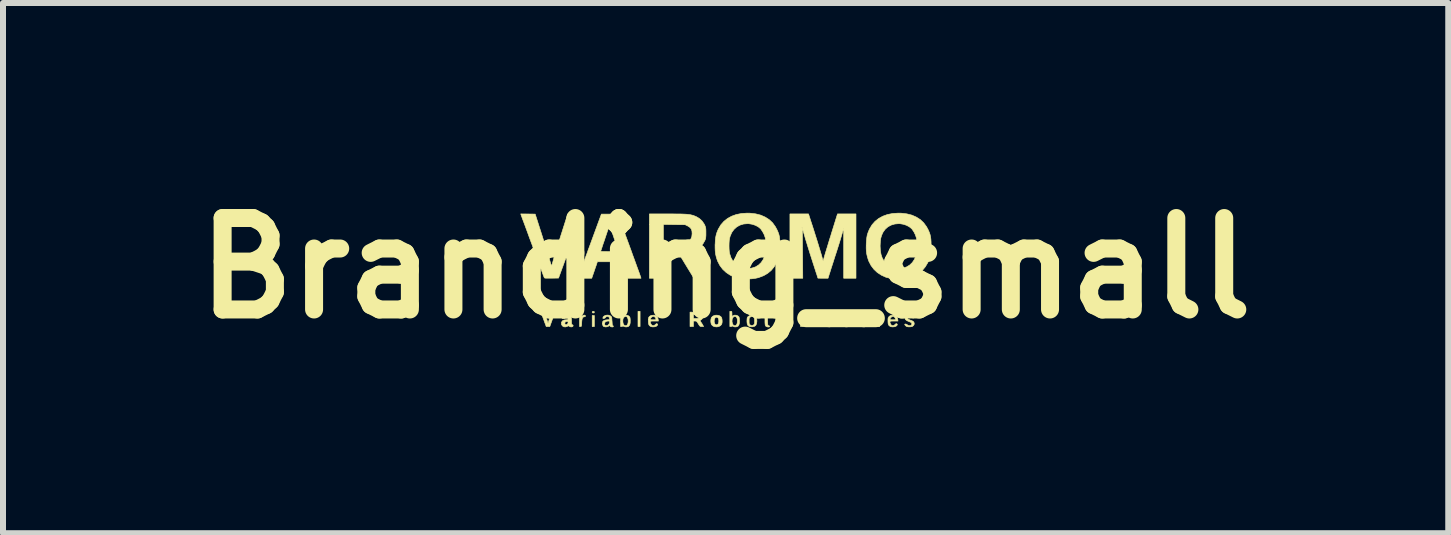
<source format=kicad_pcb>
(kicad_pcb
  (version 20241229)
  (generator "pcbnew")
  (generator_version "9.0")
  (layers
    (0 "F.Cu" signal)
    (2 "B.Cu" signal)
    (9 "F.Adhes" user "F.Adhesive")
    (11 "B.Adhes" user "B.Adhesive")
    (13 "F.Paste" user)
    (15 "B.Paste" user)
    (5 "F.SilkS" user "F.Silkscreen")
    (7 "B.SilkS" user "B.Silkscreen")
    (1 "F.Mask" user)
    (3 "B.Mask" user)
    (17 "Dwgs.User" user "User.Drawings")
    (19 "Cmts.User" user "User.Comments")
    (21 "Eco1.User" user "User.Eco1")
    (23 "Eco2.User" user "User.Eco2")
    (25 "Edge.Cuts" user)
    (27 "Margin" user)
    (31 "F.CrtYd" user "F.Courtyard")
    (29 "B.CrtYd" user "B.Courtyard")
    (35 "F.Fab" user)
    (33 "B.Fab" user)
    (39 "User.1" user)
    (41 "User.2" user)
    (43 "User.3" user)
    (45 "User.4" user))
  (footprint "Branding_small"
    (layer "F.Cu")
    (at 9.042 1.418)
    (property "Reference" "Branding_small" (at 0 0 0) (layer "F.SilkS") (effects (font (size 1.524 1.524) (thickness 0.3))))
    (attr through_hole)
    (fp_poly (pts (xy -2.187 0.974) (xy -2.223 0.974) (xy -2.223 0.79) (xy -2.187 0.79) (xy -2.187 0.974)) (stroke (width 0.01) (type solid)) (fill yes) (layer "F.SilkS"))
    (fp_poly (pts (xy -1.425 0.974) (xy -1.46 0.974) (xy -1.46 0.72) (xy -1.425 0.72) (xy -1.425 0.974)) (stroke (width 0.01) (type solid)) (fill yes) (layer "F.SilkS"))
    (fp_poly (pts (xy 2.568 0.974) (xy 2.533 0.974) (xy 2.533 0.72) (xy 2.568 0.72) (xy 2.568 0.974)) (stroke (width 0.01) (type solid)) (fill yes) (layer "F.SilkS"))
    (fp_poly (pts (xy -2.191 0.723) (xy -2.187 0.734) (xy -2.191 0.745) (xy -2.205 0.748) (xy -2.219 0.745) (xy -2.223 0.734) (xy -2.218 0.723) (xy -2.205 0.72) (xy -2.191 0.723)) (stroke (width 0.01) (type solid)) (fill yes) (layer "F.SilkS"))
    (fp_poly (pts (xy -2.34 0.788) (xy -2.335 0.797) (xy -2.34 0.809) (xy -2.352 0.811) (xy -2.37 0.815) (xy -2.382 0.826) (xy -2.391 0.847) (xy -2.396 0.879) (xy -2.398 0.907) (xy -2.399 0.938) (xy -2.401 0.957) (xy -2.404 0.968) (xy -2.409 0.973) (xy -2.416 0.974) (xy -2.417 0.974) (xy -2.434 0.974) (xy -2.434 0.79) (xy -2.417 0.79) (xy -2.403 0.793) (xy -2.399 0.798) (xy -2.395 0.801) (xy -2.386 0.795) (xy -2.37 0.785) (xy -2.353 0.783) (xy -2.34 0.788)) (stroke (width 0.01) (type solid)) (fill yes) (layer "F.SilkS"))
    (fp_poly (pts (xy -2.846 0.737) (xy -2.846 0.743) (xy -2.847 0.746) (xy -2.851 0.756) (xy -2.859 0.778) (xy -2.869 0.808) (xy -2.882 0.843) (xy -2.891 0.866) (xy -2.93 0.974) (xy -2.989 0.974) (xy -3.031 0.86) (xy -3.045 0.822) (xy -3.057 0.789) (xy -3.067 0.762) (xy -3.073 0.745) (xy -3.075 0.739) (xy -3.071 0.736) (xy -3.056 0.735) (xy -3.047 0.735) (xy -3.017 0.737) (xy -2.988 0.828) (xy -2.959 0.918) (xy -2.931 0.828) (xy -2.903 0.737) (xy -2.872 0.735) (xy -2.853 0.734) (xy -2.846 0.737)) (stroke (width 0.01) (type solid)) (fill yes) (layer "F.SilkS"))
    (fp_poly (pts (xy 1.496 0.974) (xy 1.446 0.974) (xy 1.446 0.894) (xy 1.445 0.815) (xy 1.419 0.894) (xy 1.409 0.928) (xy 1.401 0.95) (xy 1.394 0.964) (xy 1.388 0.971) (xy 1.381 0.973) (xy 1.372 0.974) (xy 1.363 0.973) (xy 1.356 0.97) (xy 1.35 0.963) (xy 1.344 0.949) (xy 1.336 0.926) (xy 1.325 0.891) (xy 1.325 0.891) (xy 1.299 0.808) (xy 1.298 0.974) (xy 1.249 0.974) (xy 1.249 0.734) (xy 1.286 0.734) (xy 1.323 0.734) (xy 1.348 0.816) (xy 1.372 0.898) (xy 1.397 0.817) (xy 1.422 0.737) (xy 1.459 0.735) (xy 1.496 0.733) (xy 1.496 0.974)) (stroke (width 0.01) (type solid)) (fill yes) (layer "F.SilkS"))
    (fp_poly (pts (xy 2.272 0.864) (xy 2.272 0.9) (xy 2.274 0.924) (xy 2.277 0.939) (xy 2.283 0.948) (xy 2.283 0.948) (xy 2.301 0.959) (xy 2.323 0.955) (xy 2.336 0.946) (xy 2.344 0.939) (xy 2.349 0.929) (xy 2.352 0.915) (xy 2.354 0.892) (xy 2.355 0.861) (xy 2.357 0.829) (xy 2.358 0.809) (xy 2.361 0.797) (xy 2.365 0.792) (xy 2.371 0.79) (xy 2.375 0.79) (xy 2.392 0.79) (xy 2.392 0.974) (xy 2.374 0.974) (xy 2.361 0.971) (xy 2.357 0.966) (xy 2.352 0.964) (xy 2.341 0.97) (xy 2.316 0.98) (xy 2.288 0.98) (xy 2.263 0.97) (xy 2.254 0.963) (xy 2.246 0.955) (xy 2.241 0.946) (xy 2.238 0.932) (xy 2.237 0.912) (xy 2.237 0.882) (xy 2.237 0.868) (xy 2.237 0.79) (xy 2.272 0.79) (xy 2.272 0.864)) (stroke (width 0.01) (type solid)) (fill yes) (layer "F.SilkS"))
    (fp_poly (pts (xy -0.129 0.786) (xy -0.099 0.795) (xy -0.076 0.812) (xy -0.067 0.825) (xy -0.06 0.85) (xy -0.057 0.882) (xy -0.059 0.914) (xy -0.067 0.938) (xy -0.085 0.959) (xy -0.112 0.973) (xy -0.145 0.98) (xy -0.179 0.977) (xy -0.203 0.969) (xy -0.222 0.956) (xy -0.236 0.939) (xy -0.237 0.938) (xy -0.244 0.913) (xy -0.247 0.882) (xy -0.191 0.882) (xy -0.187 0.912) (xy -0.176 0.934) (xy -0.159 0.945) (xy -0.152 0.945) (xy -0.135 0.94) (xy -0.124 0.93) (xy -0.116 0.91) (xy -0.113 0.885) (xy -0.115 0.858) (xy -0.121 0.837) (xy -0.125 0.831) (xy -0.142 0.819) (xy -0.16 0.819) (xy -0.175 0.83) (xy -0.186 0.851) (xy -0.19 0.879) (xy -0.191 0.882) (xy -0.247 0.882) (xy -0.247 0.882) (xy -0.244 0.851) (xy -0.237 0.826) (xy -0.218 0.804) (xy -0.192 0.791) (xy -0.161 0.784) (xy -0.129 0.786)) (stroke (width 0.01) (type solid)) (fill yes) (layer "F.SilkS"))
    (fp_poly (pts (xy 0.695 0.751) (xy 0.698 0.763) (xy 0.699 0.769) (xy 0.7 0.784) (xy 0.708 0.79) (xy 0.716 0.79) (xy 0.73 0.794) (xy 0.734 0.801) (xy 0.728 0.809) (xy 0.716 0.811) (xy 0.698 0.811) (xy 0.7 0.884) (xy 0.701 0.916) (xy 0.703 0.937) (xy 0.705 0.95) (xy 0.709 0.956) (xy 0.716 0.958) (xy 0.718 0.958) (xy 0.73 0.964) (xy 0.734 0.971) (xy 0.728 0.979) (xy 0.714 0.982) (xy 0.696 0.98) (xy 0.679 0.974) (xy 0.667 0.965) (xy 0.661 0.952) (xy 0.658 0.932) (xy 0.656 0.901) (xy 0.656 0.88) (xy 0.656 0.848) (xy 0.654 0.827) (xy 0.652 0.816) (xy 0.647 0.812) (xy 0.646 0.811) (xy 0.636 0.806) (xy 0.635 0.801) (xy 0.641 0.792) (xy 0.648 0.79) (xy 0.66 0.784) (xy 0.666 0.769) (xy 0.672 0.753) (xy 0.684 0.748) (xy 0.684 0.748) (xy 0.695 0.751)) (stroke (width 0.01) (type solid)) (fill yes) (layer "F.SilkS"))
    (fp_poly (pts (xy 1.748 0.786) (xy 1.777 0.795) (xy 1.801 0.812) (xy 1.809 0.825) (xy 1.817 0.85) (xy 1.82 0.882) (xy 1.817 0.914) (xy 1.81 0.938) (xy 1.792 0.959) (xy 1.764 0.973) (xy 1.732 0.98) (xy 1.698 0.977) (xy 1.674 0.969) (xy 1.655 0.956) (xy 1.641 0.939) (xy 1.64 0.938) (xy 1.633 0.913) (xy 1.63 0.882) (xy 1.686 0.882) (xy 1.69 0.912) (xy 1.701 0.934) (xy 1.718 0.945) (xy 1.725 0.945) (xy 1.742 0.94) (xy 1.753 0.93) (xy 1.761 0.91) (xy 1.764 0.885) (xy 1.762 0.858) (xy 1.756 0.837) (xy 1.752 0.831) (xy 1.734 0.819) (xy 1.717 0.819) (xy 1.702 0.83) (xy 1.691 0.851) (xy 1.686 0.879) (xy 1.686 0.882) (xy 1.63 0.882) (xy 1.63 0.882) (xy 1.633 0.851) (xy 1.64 0.826) (xy 1.659 0.804) (xy 1.685 0.791) (xy 1.716 0.784) (xy 1.748 0.786)) (stroke (width 0.01) (type solid)) (fill yes) (layer "F.SilkS"))
    (fp_poly (pts (xy -1.722 0.721) (xy -1.717 0.725) (xy -1.715 0.738) (xy -1.715 0.76) (xy -1.714 0.762) (xy -1.714 0.805) (xy -1.699 0.794) (xy -1.674 0.784) (xy -1.645 0.785) (xy -1.618 0.795) (xy -1.611 0.8) (xy -1.601 0.81) (xy -1.594 0.822) (xy -1.591 0.839) (xy -1.589 0.865) (xy -1.589 0.87) (xy -1.59 0.914) (xy -1.598 0.946) (xy -1.614 0.968) (xy -1.622 0.973) (xy -1.646 0.98) (xy -1.673 0.979) (xy -1.696 0.971) (xy -1.699 0.97) (xy -1.71 0.964) (xy -1.714 0.966) (xy -1.721 0.972) (xy -1.732 0.974) (xy -1.75 0.974) (xy -1.75 0.891) (xy -1.713 0.891) (xy -1.708 0.921) (xy -1.697 0.944) (xy -1.681 0.957) (xy -1.662 0.96) (xy -1.646 0.954) (xy -1.634 0.939) (xy -1.626 0.915) (xy -1.623 0.885) (xy -1.625 0.854) (xy -1.631 0.834) (xy -1.643 0.814) (xy -1.659 0.805) (xy -1.677 0.807) (xy -1.694 0.819) (xy -1.707 0.839) (xy -1.711 0.856) (xy -1.713 0.891) (xy -1.75 0.891) (xy -1.75 0.72) (xy -1.732 0.72) (xy -1.722 0.721)) (stroke (width 0.01) (type solid)) (fill yes) (layer "F.SilkS"))
    (fp_poly (pts (xy -0.505 0.735) (xy -0.468 0.736) (xy -0.442 0.737) (xy -0.425 0.74) (xy -0.414 0.744) (xy -0.405 0.749) (xy -0.397 0.757) (xy -0.382 0.78) (xy -0.378 0.807) (xy -0.384 0.834) (xy -0.399 0.855) (xy -0.418 0.867) (xy -0.424 0.871) (xy -0.424 0.878) (xy -0.417 0.891) (xy -0.409 0.903) (xy -0.394 0.925) (xy -0.382 0.946) (xy -0.377 0.954) (xy -0.367 0.974) (xy -0.397 0.974) (xy -0.413 0.973) (xy -0.424 0.97) (xy -0.433 0.961) (xy -0.445 0.945) (xy -0.455 0.928) (xy -0.47 0.904) (xy -0.481 0.891) (xy -0.491 0.884) (xy -0.503 0.882) (xy -0.51 0.882) (xy -0.536 0.882) (xy -0.536 0.974) (xy -0.593 0.974) (xy -0.593 0.776) (xy -0.536 0.776) (xy -0.536 0.84) (xy -0.494 0.84) (xy -0.469 0.839) (xy -0.454 0.835) (xy -0.445 0.828) (xy -0.441 0.824) (xy -0.432 0.809) (xy -0.432 0.798) (xy -0.441 0.787) (xy -0.457 0.78) (xy -0.484 0.776) (xy -0.494 0.776) (xy -0.536 0.776) (xy -0.593 0.776) (xy -0.593 0.733) (xy -0.505 0.735)) (stroke (width 0.01) (type solid)) (fill yes) (layer "F.SilkS"))
    (fp_poly (pts (xy 0.098 0.721) (xy 0.103 0.725) (xy 0.105 0.738) (xy 0.106 0.76) (xy 0.106 0.762) (xy 0.106 0.805) (xy 0.122 0.794) (xy 0.147 0.784) (xy 0.176 0.785) (xy 0.202 0.795) (xy 0.209 0.8) (xy 0.22 0.81) (xy 0.226 0.822) (xy 0.229 0.839) (xy 0.231 0.865) (xy 0.232 0.87) (xy 0.231 0.914) (xy 0.222 0.946) (xy 0.207 0.968) (xy 0.198 0.973) (xy 0.174 0.98) (xy 0.147 0.979) (xy 0.124 0.971) (xy 0.122 0.97) (xy 0.11 0.964) (xy 0.106 0.966) (xy 0.1 0.972) (xy 0.088 0.974) (xy 0.071 0.974) (xy 0.071 0.891) (xy 0.107 0.891) (xy 0.113 0.921) (xy 0.124 0.944) (xy 0.139 0.957) (xy 0.158 0.96) (xy 0.174 0.954) (xy 0.186 0.939) (xy 0.194 0.915) (xy 0.197 0.885) (xy 0.195 0.854) (xy 0.19 0.834) (xy 0.178 0.814) (xy 0.161 0.805) (xy 0.143 0.807) (xy 0.126 0.819) (xy 0.114 0.839) (xy 0.109 0.856) (xy 0.107 0.891) (xy 0.071 0.891) (xy 0.071 0.72) (xy 0.088 0.72) (xy 0.098 0.721)) (stroke (width 0.01) (type solid)) (fill yes) (layer "F.SilkS"))
    (fp_poly (pts (xy 0.462 0.785) (xy 0.485 0.793) (xy 0.505 0.809) (xy 0.517 0.833) (xy 0.521 0.868) (xy 0.521 0.893) (xy 0.515 0.929) (xy 0.503 0.955) (xy 0.482 0.97) (xy 0.452 0.978) (xy 0.447 0.978) (xy 0.424 0.978) (xy 0.404 0.976) (xy 0.399 0.974) (xy 0.378 0.962) (xy 0.366 0.946) (xy 0.359 0.921) (xy 0.356 0.886) (xy 0.356 0.882) (xy 0.392 0.882) (xy 0.392 0.909) (xy 0.394 0.926) (xy 0.4 0.937) (xy 0.408 0.946) (xy 0.43 0.958) (xy 0.45 0.956) (xy 0.467 0.946) (xy 0.476 0.937) (xy 0.481 0.926) (xy 0.483 0.908) (xy 0.483 0.883) (xy 0.482 0.854) (xy 0.479 0.835) (xy 0.472 0.822) (xy 0.47 0.819) (xy 0.45 0.806) (xy 0.428 0.807) (xy 0.408 0.818) (xy 0.399 0.827) (xy 0.394 0.838) (xy 0.392 0.855) (xy 0.392 0.882) (xy 0.356 0.882) (xy 0.356 0.881) (xy 0.357 0.853) (xy 0.359 0.834) (xy 0.363 0.821) (xy 0.371 0.811) (xy 0.375 0.807) (xy 0.399 0.792) (xy 0.43 0.784) (xy 0.462 0.785)) (stroke (width 0.01) (type solid)) (fill yes) (layer "F.SilkS"))
    (fp_poly (pts (xy 2.103 0.974) (xy 2.085 0.974) (xy 2.072 0.971) (xy 2.067 0.966) (xy 2.063 0.964) (xy 2.052 0.97) (xy 2.026 0.98) (xy 1.997 0.979) (xy 1.971 0.969) (xy 1.964 0.964) (xy 1.953 0.954) (xy 1.947 0.942) (xy 1.944 0.925) (xy 1.942 0.898) (xy 1.941 0.894) (xy 1.942 0.882) (xy 1.976 0.882) (xy 1.979 0.917) (xy 1.989 0.942) (xy 2.005 0.956) (xy 2.025 0.958) (xy 2.039 0.953) (xy 2.052 0.938) (xy 2.061 0.915) (xy 2.065 0.886) (xy 2.064 0.857) (xy 2.057 0.831) (xy 2.049 0.817) (xy 2.03 0.806) (xy 2.009 0.806) (xy 1.999 0.81) (xy 1.988 0.823) (xy 1.98 0.846) (xy 1.976 0.874) (xy 1.976 0.882) (xy 1.942 0.882) (xy 1.943 0.85) (xy 1.951 0.818) (xy 1.967 0.796) (xy 1.975 0.79) (xy 1.999 0.784) (xy 2.026 0.785) (xy 2.049 0.793) (xy 2.052 0.794) (xy 2.067 0.805) (xy 2.067 0.762) (xy 2.068 0.739) (xy 2.07 0.726) (xy 2.075 0.721) (xy 2.084 0.72) (xy 2.085 0.72) (xy 2.103 0.72) (xy 2.103 0.974)) (stroke (width 0.01) (type solid)) (fill yes) (layer "F.SilkS"))
    (fp_poly (pts (xy 3.099 0.79) (xy 3.124 0.799) (xy 3.138 0.813) (xy 3.14 0.823) (xy 3.135 0.831) (xy 3.122 0.832) (xy 3.107 0.826) (xy 3.097 0.818) (xy 3.076 0.806) (xy 3.053 0.806) (xy 3.038 0.814) (xy 3.027 0.827) (xy 3.03 0.84) (xy 3.047 0.853) (xy 3.076 0.866) (xy 3.106 0.877) (xy 3.125 0.887) (xy 3.136 0.899) (xy 3.143 0.915) (xy 3.143 0.918) (xy 3.143 0.936) (xy 3.133 0.954) (xy 3.131 0.956) (xy 3.118 0.968) (xy 3.104 0.975) (xy 3.082 0.978) (xy 3.072 0.979) (xy 3.046 0.979) (xy 3.025 0.976) (xy 3.016 0.973) (xy 3 0.961) (xy 2.988 0.947) (xy 2.985 0.937) (xy 2.99 0.932) (xy 3.002 0.932) (xy 3.017 0.937) (xy 3.029 0.945) (xy 3.045 0.956) (xy 3.066 0.959) (xy 3.086 0.957) (xy 3.097 0.949) (xy 3.103 0.935) (xy 3.103 0.923) (xy 3.099 0.913) (xy 3.088 0.904) (xy 3.068 0.896) (xy 3.055 0.891) (xy 3.02 0.875) (xy 2.998 0.858) (xy 2.99 0.838) (xy 2.997 0.816) (xy 3.005 0.803) (xy 3.014 0.794) (xy 3.027 0.789) (xy 3.046 0.787) (xy 3.064 0.787) (xy 3.099 0.79)) (stroke (width 0.01) (type solid)) (fill yes) (layer "F.SilkS"))
    (fp_poly (pts (xy -1.172 0.787) (xy -1.158 0.795) (xy -1.151 0.802) (xy -1.132 0.824) (xy -1.124 0.852) (xy -1.12 0.882) (xy -1.188 0.882) (xy -1.221 0.882) (xy -1.242 0.884) (xy -1.253 0.888) (xy -1.255 0.897) (xy -1.252 0.912) (xy -1.248 0.923) (xy -1.234 0.947) (xy -1.215 0.958) (xy -1.194 0.957) (xy -1.172 0.943) (xy -1.171 0.942) (xy -1.158 0.929) (xy -1.149 0.925) (xy -1.14 0.929) (xy -1.137 0.93) (xy -1.132 0.94) (xy -1.137 0.954) (xy -1.151 0.967) (xy -1.158 0.97) (xy -1.183 0.978) (xy -1.214 0.98) (xy -1.241 0.976) (xy -1.245 0.974) (xy -1.265 0.962) (xy -1.278 0.946) (xy -1.285 0.921) (xy -1.288 0.885) (xy -1.288 0.881) (xy -1.287 0.853) (xy -1.254 0.853) (xy -1.251 0.858) (xy -1.241 0.86) (xy -1.221 0.861) (xy -1.206 0.861) (xy -1.18 0.861) (xy -1.166 0.859) (xy -1.16 0.856) (xy -1.16 0.85) (xy -1.161 0.845) (xy -1.173 0.822) (xy -1.19 0.807) (xy -1.203 0.804) (xy -1.224 0.811) (xy -1.242 0.826) (xy -1.252 0.845) (xy -1.254 0.853) (xy -1.287 0.853) (xy -1.287 0.853) (xy -1.285 0.834) (xy -1.281 0.822) (xy -1.273 0.811) (xy -1.269 0.807) (xy -1.252 0.794) (xy -1.231 0.787) (xy -1.211 0.785) (xy -1.188 0.784) (xy -1.172 0.787)) (stroke (width 0.01) (type solid)) (fill yes) (layer "F.SilkS"))
    (fp_poly (pts (xy 2.821 0.787) (xy 2.835 0.795) (xy 2.843 0.802) (xy 2.861 0.824) (xy 2.869 0.852) (xy 2.873 0.882) (xy 2.806 0.882) (xy 2.773 0.882) (xy 2.752 0.884) (xy 2.741 0.888) (xy 2.738 0.897) (xy 2.741 0.912) (xy 2.745 0.923) (xy 2.759 0.947) (xy 2.778 0.958) (xy 2.8 0.957) (xy 2.821 0.943) (xy 2.822 0.942) (xy 2.835 0.929) (xy 2.844 0.925) (xy 2.853 0.929) (xy 2.856 0.93) (xy 2.862 0.94) (xy 2.857 0.954) (xy 2.842 0.967) (xy 2.836 0.97) (xy 2.81 0.978) (xy 2.78 0.98) (xy 2.752 0.976) (xy 2.748 0.974) (xy 2.728 0.962) (xy 2.715 0.946) (xy 2.708 0.921) (xy 2.706 0.885) (xy 2.706 0.881) (xy 2.706 0.853) (xy 2.74 0.853) (xy 2.742 0.858) (xy 2.752 0.86) (xy 2.772 0.861) (xy 2.787 0.861) (xy 2.813 0.861) (xy 2.828 0.859) (xy 2.834 0.856) (xy 2.834 0.85) (xy 2.832 0.845) (xy 2.82 0.822) (xy 2.803 0.807) (xy 2.79 0.804) (xy 2.77 0.811) (xy 2.751 0.826) (xy 2.741 0.845) (xy 2.74 0.853) (xy 2.706 0.853) (xy 2.706 0.853) (xy 2.708 0.834) (xy 2.713 0.822) (xy 2.721 0.811) (xy 2.725 0.807) (xy 2.741 0.794) (xy 2.763 0.787) (xy 2.782 0.785) (xy 2.806 0.784) (xy 2.821 0.787)) (stroke (width 0.01) (type solid)) (fill yes) (layer "F.SilkS"))
    (fp_poly (pts (xy -2.62 0.785) (xy -2.603 0.792) (xy -2.589 0.804) (xy -2.579 0.815) (xy -2.572 0.826) (xy -2.569 0.841) (xy -2.568 0.863) (xy -2.568 0.882) (xy -2.568 0.911) (xy -2.566 0.928) (xy -2.563 0.938) (xy -2.557 0.942) (xy -2.554 0.943) (xy -2.543 0.952) (xy -2.54 0.96) (xy -2.546 0.972) (xy -2.561 0.979) (xy -2.579 0.98) (xy -2.598 0.974) (xy -2.604 0.97) (xy -2.613 0.963) (xy -2.624 0.964) (xy -2.636 0.97) (xy -2.667 0.98) (xy -2.696 0.978) (xy -2.719 0.964) (xy -2.72 0.963) (xy -2.735 0.94) (xy -2.735 0.928) (xy -2.678 0.928) (xy -2.67 0.942) (xy -2.655 0.944) (xy -2.638 0.934) (xy -2.638 0.934) (xy -2.627 0.918) (xy -2.625 0.906) (xy -2.627 0.893) (xy -2.638 0.889) (xy -2.645 0.889) (xy -2.667 0.894) (xy -2.678 0.908) (xy -2.678 0.928) (xy -2.735 0.928) (xy -2.736 0.913) (xy -2.73 0.894) (xy -2.714 0.874) (xy -2.687 0.864) (xy -2.656 0.861) (xy -2.636 0.86) (xy -2.627 0.857) (xy -2.625 0.849) (xy -2.626 0.841) (xy -2.633 0.825) (xy -2.647 0.819) (xy -2.662 0.824) (xy -2.667 0.829) (xy -2.68 0.836) (xy -2.701 0.84) (xy -2.702 0.84) (xy -2.72 0.839) (xy -2.726 0.834) (xy -2.725 0.825) (xy -2.714 0.807) (xy -2.692 0.793) (xy -2.664 0.785) (xy -2.644 0.783) (xy -2.62 0.785)) (stroke (width 0.01) (type solid)) (fill yes) (layer "F.SilkS"))
    (fp_poly (pts (xy -1.945 0.785) (xy -1.921 0.795) (xy -1.915 0.8) (xy -1.906 0.808) (xy -1.9 0.817) (xy -1.897 0.831) (xy -1.895 0.852) (xy -1.893 0.883) (xy -1.892 0.888) (xy -1.89 0.922) (xy -1.888 0.944) (xy -1.884 0.956) (xy -1.879 0.96) (xy -1.871 0.965) (xy -1.87 0.97) (xy -1.876 0.979) (xy -1.887 0.981) (xy -1.911 0.978) (xy -1.924 0.969) (xy -1.926 0.962) (xy -1.929 0.958) (xy -1.939 0.961) (xy -1.949 0.967) (xy -1.977 0.978) (xy -2.005 0.98) (xy -2.029 0.974) (xy -2.039 0.967) (xy -2.049 0.948) (xy -2.053 0.926) (xy -2.018 0.926) (xy -2.013 0.946) (xy -1.999 0.957) (xy -1.98 0.959) (xy -1.96 0.95) (xy -1.951 0.942) (xy -1.936 0.92) (xy -1.933 0.903) (xy -1.934 0.89) (xy -1.94 0.884) (xy -1.955 0.882) (xy -1.961 0.882) (xy -1.988 0.887) (xy -2.008 0.901) (xy -2.017 0.921) (xy -2.018 0.926) (xy -2.053 0.926) (xy -2.053 0.923) (xy -2.05 0.898) (xy -2.046 0.889) (xy -2.032 0.876) (xy -2.007 0.866) (xy -1.975 0.861) (xy -1.964 0.861) (xy -1.945 0.86) (xy -1.936 0.856) (xy -1.933 0.847) (xy -1.933 0.844) (xy -1.939 0.823) (xy -1.953 0.809) (xy -1.971 0.805) (xy -1.989 0.81) (xy -2.001 0.822) (xy -2.012 0.833) (xy -2.026 0.839) (xy -2.039 0.84) (xy -2.046 0.835) (xy -2.046 0.833) (xy -2.04 0.813) (xy -2.023 0.798) (xy -2 0.787) (xy -1.973 0.783) (xy -1.945 0.785)) (stroke (width 0.01) (type solid)) (fill yes) (layer "F.SilkS"))
    (fp_poly (pts (xy -3.293 -0.902) (xy -3.173 -0.9) (xy -3.061 -0.55) (xy -3.039 -0.48) (xy -3.017 -0.411) (xy -2.996 -0.345) (xy -2.977 -0.284) (xy -2.96 -0.229) (xy -2.946 -0.183) (xy -2.935 -0.146) (xy -2.928 -0.121) (xy -2.927 -0.118) (xy -2.918 -0.087) (xy -2.91 -0.062) (xy -2.904 -0.046) (xy -2.9 -0.04) (xy -2.9 -0.04) (xy -2.896 -0.049) (xy -2.89 -0.068) (xy -2.882 -0.095) (xy -2.875 -0.12) (xy -2.87 -0.138) (xy -2.862 -0.167) (xy -2.85 -0.205) (xy -2.836 -0.251) (xy -2.82 -0.303) (xy -2.802 -0.36) (xy -2.783 -0.421) (xy -2.764 -0.484) (xy -2.744 -0.547) (xy -2.724 -0.609) (xy -2.705 -0.669) (xy -2.687 -0.725) (xy -2.671 -0.776) (xy -2.657 -0.82) (xy -2.645 -0.856) (xy -2.636 -0.882) (xy -2.631 -0.898) (xy -2.629 -0.901) (xy -2.622 -0.902) (xy -2.602 -0.902) (xy -2.574 -0.902) (xy -2.538 -0.902) (xy -2.51 -0.902) (xy -2.393 -0.9) (xy -2.589 -0.367) (xy -2.784 0.166) (xy -2.901 0.168) (xy -2.944 0.168) (xy -2.976 0.168) (xy -2.997 0.168) (xy -3.011 0.166) (xy -3.018 0.163) (xy -3.022 0.159) (xy -3.023 0.157) (xy -3.026 0.149) (xy -3.034 0.128) (xy -3.046 0.097) (xy -3.061 0.056) (xy -3.079 0.007) (xy -3.099 -0.049) (xy -3.122 -0.111) (xy -3.147 -0.177) (xy -3.172 -0.247) (xy -3.199 -0.318) (xy -3.225 -0.39) (xy -3.252 -0.462) (xy -3.278 -0.532) (xy -3.302 -0.599) (xy -3.325 -0.661) (xy -3.346 -0.718) (xy -3.365 -0.769) (xy -3.381 -0.811) (xy -3.393 -0.844) (xy -3.401 -0.866) (xy -3.405 -0.877) (xy -3.414 -0.903) (xy -3.293 -0.902)) (stroke (width 0.01) (type solid)) (fill yes) (layer "F.SilkS"))
    (fp_poly (pts (xy -1.607 -0.381) (xy -1.577 -0.299) (xy -1.549 -0.22) (xy -1.522 -0.147) (xy -1.497 -0.078) (xy -1.475 -0.017) (xy -1.455 0.037) (xy -1.439 0.081) (xy -1.427 0.116) (xy -1.418 0.14) (xy -1.414 0.152) (xy -1.414 0.153) (xy -1.41 0.169) (xy -1.635 0.169) (xy -1.683 0.032) (xy -1.73 -0.106) (xy -2.137 -0.106) (xy -2.142 -0.09) (xy -2.146 -0.078) (xy -2.153 -0.056) (xy -2.164 -0.025) (xy -2.177 0.012) (xy -2.189 0.048) (xy -2.231 0.169) (xy -2.462 0.169) (xy -2.441 0.111) (xy -2.435 0.095) (xy -2.424 0.066) (xy -2.41 0.027) (xy -2.392 -0.021) (xy -2.371 -0.078) (xy -2.348 -0.143) (xy -2.322 -0.213) (xy -2.297 -0.28) (xy -2.081 -0.28) (xy -2.075 -0.279) (xy -2.056 -0.277) (xy -2.027 -0.276) (xy -1.99 -0.276) (xy -1.948 -0.275) (xy -1.933 -0.275) (xy -1.889 -0.275) (xy -1.85 -0.276) (xy -1.819 -0.277) (xy -1.797 -0.279) (xy -1.786 -0.28) (xy -1.785 -0.281) (xy -1.787 -0.289) (xy -1.793 -0.309) (xy -1.803 -0.337) (xy -1.815 -0.374) (xy -1.829 -0.415) (xy -1.837 -0.438) (xy -1.854 -0.486) (xy -1.87 -0.534) (xy -1.885 -0.578) (xy -1.898 -0.616) (xy -1.907 -0.645) (xy -1.909 -0.651) (xy -1.918 -0.678) (xy -1.926 -0.699) (xy -1.932 -0.711) (xy -1.934 -0.713) (xy -1.938 -0.707) (xy -1.944 -0.691) (xy -1.947 -0.683) (xy -1.951 -0.668) (xy -1.96 -0.642) (xy -1.972 -0.607) (xy -1.986 -0.565) (xy -2.002 -0.518) (xy -2.018 -0.469) (xy -2.035 -0.421) (xy -2.05 -0.377) (xy -2.062 -0.339) (xy -2.072 -0.309) (xy -2.079 -0.289) (xy -2.081 -0.28) (xy -2.081 -0.28) (xy -2.297 -0.28) (xy -2.295 -0.288) (xy -2.266 -0.366) (xy -2.245 -0.423) (xy -2.07 -0.9) (xy -1.797 -0.9) (xy -1.607 -0.381)) (stroke (width 0.01) (type solid)) (fill yes) (layer "F.SilkS"))
    (fp_poly (pts (xy -0.883 -0.903) (xy -0.811 -0.902) (xy -0.75 -0.902) (xy -0.698 -0.9) (xy -0.656 -0.898) (xy -0.62 -0.894) (xy -0.589 -0.89) (xy -0.563 -0.884) (xy -0.539 -0.878) (xy -0.517 -0.869) (xy -0.494 -0.86) (xy -0.49 -0.858) (xy -0.435 -0.825) (xy -0.391 -0.784) (xy -0.356 -0.733) (xy -0.35 -0.721) (xy -0.341 -0.701) (xy -0.335 -0.683) (xy -0.331 -0.666) (xy -0.329 -0.645) (xy -0.328 -0.616) (xy -0.328 -0.586) (xy -0.328 -0.547) (xy -0.33 -0.519) (xy -0.332 -0.498) (xy -0.337 -0.481) (xy -0.344 -0.464) (xy -0.344 -0.462) (xy -0.377 -0.405) (xy -0.418 -0.358) (xy -0.468 -0.321) (xy -0.513 -0.299) (xy -0.534 -0.29) (xy -0.548 -0.281) (xy -0.552 -0.276) (xy -0.548 -0.269) (xy -0.538 -0.252) (xy -0.522 -0.226) (xy -0.501 -0.193) (xy -0.477 -0.155) (xy -0.45 -0.113) (xy -0.422 -0.069) (xy -0.394 -0.025) (xy -0.366 0.018) (xy -0.34 0.058) (xy -0.317 0.094) (xy -0.298 0.124) (xy -0.283 0.146) (xy -0.275 0.159) (xy -0.273 0.161) (xy -0.274 0.164) (xy -0.281 0.166) (xy -0.297 0.168) (xy -0.323 0.169) (xy -0.36 0.169) (xy -0.397 0.169) (xy -0.528 0.169) (xy -0.653 -0.035) (xy -0.777 -0.24) (xy -1.037 -0.24) (xy -1.037 0.169) (xy -1.27 0.169) (xy -1.27 -0.415) (xy -1.037 -0.415) (xy -0.855 -0.418) (xy -0.798 -0.418) (xy -0.753 -0.419) (xy -0.719 -0.421) (xy -0.693 -0.422) (xy -0.674 -0.425) (xy -0.66 -0.428) (xy -0.649 -0.431) (xy -0.646 -0.433) (xy -0.607 -0.456) (xy -0.579 -0.486) (xy -0.563 -0.525) (xy -0.558 -0.573) (xy -0.558 -0.577) (xy -0.561 -0.619) (xy -0.572 -0.651) (xy -0.593 -0.677) (xy -0.625 -0.698) (xy -0.631 -0.702) (xy -0.674 -0.723) (xy -0.855 -0.725) (xy -1.037 -0.728) (xy -1.037 -0.415) (xy -1.27 -0.415) (xy -1.27 -0.903) (xy -0.968 -0.903) (xy -0.883 -0.903)) (stroke (width 0.01) (type solid)) (fill yes) (layer "F.SilkS"))
    (fp_poly (pts (xy 1.396 -0.859) (xy 1.421 -0.781) (xy 1.447 -0.702) (xy 1.472 -0.624) (xy 1.496 -0.547) (xy 1.519 -0.475) (xy 1.54 -0.407) (xy 1.558 -0.347) (xy 1.574 -0.295) (xy 1.587 -0.252) (xy 1.596 -0.221) (xy 1.598 -0.216) (xy 1.607 -0.182) (xy 1.615 -0.154) (xy 1.621 -0.133) (xy 1.624 -0.123) (xy 1.625 -0.123) (xy 1.627 -0.128) (xy 1.632 -0.143) (xy 1.639 -0.166) (xy 1.639 -0.168) (xy 1.644 -0.184) (xy 1.652 -0.212) (xy 1.663 -0.25) (xy 1.678 -0.298) (xy 1.695 -0.353) (xy 1.713 -0.413) (xy 1.733 -0.479) (xy 1.755 -0.547) (xy 1.758 -0.559) (xy 1.865 -0.903) (xy 2.173 -0.903) (xy 2.173 0.169) (xy 1.968 0.169) (xy 1.968 -0.249) (xy 1.968 -0.667) (xy 1.943 -0.579) (xy 1.935 -0.552) (xy 1.924 -0.515) (xy 1.91 -0.468) (xy 1.893 -0.413) (xy 1.874 -0.353) (xy 1.854 -0.29) (xy 1.833 -0.225) (xy 1.826 -0.205) (xy 1.806 -0.142) (xy 1.787 -0.082) (xy 1.769 -0.027) (xy 1.753 0.023) (xy 1.74 0.065) (xy 1.729 0.098) (xy 1.722 0.12) (xy 1.721 0.125) (xy 1.707 0.169) (xy 1.622 0.169) (xy 1.59 0.169) (xy 1.563 0.168) (xy 1.545 0.168) (xy 1.538 0.166) (xy 1.538 0.166) (xy 1.536 0.159) (xy 1.53 0.14) (xy 1.521 0.11) (xy 1.508 0.072) (xy 1.493 0.025) (xy 1.476 -0.028) (xy 1.457 -0.086) (xy 1.449 -0.111) (xy 1.428 -0.177) (xy 1.406 -0.245) (xy 1.385 -0.313) (xy 1.365 -0.377) (xy 1.347 -0.436) (xy 1.331 -0.486) (xy 1.32 -0.526) (xy 1.279 -0.667) (xy 1.283 -0.249) (xy 1.286 0.169) (xy 1.072 0.169) (xy 1.072 -0.677) (xy 1.27 -0.677) (xy 1.273 -0.672) (xy 1.275 -0.673) (xy 1.276 -0.681) (xy 1.275 -0.682) (xy 1.271 -0.681) (xy 1.27 -0.677) (xy 1.072 -0.677) (xy 1.072 -0.903) (xy 1.382 -0.903) (xy 1.396 -0.859)) (stroke (width 0.01) (type solid)) (fill yes) (layer "F.SilkS"))
    (fp_poly (pts (xy 0.409 -0.915) (xy 0.502 -0.904) (xy 0.585 -0.883) (xy 0.66 -0.85) (xy 0.726 -0.808) (xy 0.783 -0.755) (xy 0.829 -0.691) (xy 0.857 -0.639) (xy 0.875 -0.598) (xy 0.888 -0.561) (xy 0.897 -0.524) (xy 0.902 -0.484) (xy 0.905 -0.437) (xy 0.906 -0.379) (xy 0.906 -0.37) (xy 0.905 -0.308) (xy 0.901 -0.257) (xy 0.895 -0.212) (xy 0.884 -0.172) (xy 0.869 -0.132) (xy 0.85 -0.09) (xy 0.808 -0.02) (xy 0.759 0.039) (xy 0.701 0.087) (xy 0.634 0.126) (xy 0.555 0.156) (xy 0.547 0.159) (xy 0.497 0.17) (xy 0.438 0.178) (xy 0.375 0.181) (xy 0.313 0.181) (xy 0.256 0.177) (xy 0.231 0.173) (xy 0.15 0.151) (xy 0.076 0.117) (xy 0.01 0.073) (xy -0.048 0.019) (xy -0.095 -0.043) (xy -0.132 -0.114) (xy -0.144 -0.147) (xy -0.158 -0.195) (xy -0.168 -0.24) (xy -0.173 -0.286) (xy -0.175 -0.337) (xy -0.175 -0.371) (xy 0.057 -0.371) (xy 0.058 -0.322) (xy 0.061 -0.277) (xy 0.067 -0.242) (xy 0.067 -0.242) (xy 0.089 -0.175) (xy 0.121 -0.118) (xy 0.162 -0.071) (xy 0.211 -0.034) (xy 0.267 -0.008) (xy 0.328 0.005) (xy 0.394 0.006) (xy 0.439 -0.001) (xy 0.498 -0.02) (xy 0.549 -0.051) (xy 0.593 -0.093) (xy 0.628 -0.146) (xy 0.654 -0.21) (xy 0.661 -0.233) (xy 0.668 -0.273) (xy 0.673 -0.322) (xy 0.674 -0.376) (xy 0.672 -0.429) (xy 0.666 -0.477) (xy 0.661 -0.506) (xy 0.644 -0.556) (xy 0.619 -0.604) (xy 0.59 -0.647) (xy 0.577 -0.661) (xy 0.541 -0.69) (xy 0.494 -0.714) (xy 0.442 -0.731) (xy 0.388 -0.74) (xy 0.368 -0.741) (xy 0.3 -0.735) (xy 0.238 -0.716) (xy 0.185 -0.686) (xy 0.14 -0.645) (xy 0.103 -0.594) (xy 0.076 -0.532) (xy 0.067 -0.499) (xy 0.061 -0.464) (xy 0.058 -0.42) (xy 0.057 -0.371) (xy -0.175 -0.371) (xy -0.175 -0.398) (xy -0.174 -0.401) (xy -0.171 -0.461) (xy -0.166 -0.51) (xy -0.157 -0.553) (xy -0.145 -0.593) (xy -0.128 -0.635) (xy -0.119 -0.654) (xy -0.079 -0.721) (xy -0.028 -0.779) (xy 0.032 -0.827) (xy 0.101 -0.865) (xy 0.178 -0.893) (xy 0.264 -0.91) (xy 0.357 -0.916) (xy 0.409 -0.915)) (stroke (width 0.01) (type solid)) (fill yes) (layer "F.SilkS"))
    (fp_poly (pts (xy 2.928 -0.915) (xy 3.021 -0.904) (xy 3.104 -0.883) (xy 3.179 -0.85) (xy 3.245 -0.808) (xy 3.301 -0.755) (xy 3.348 -0.691) (xy 3.376 -0.639) (xy 3.394 -0.598) (xy 3.407 -0.561) (xy 3.415 -0.524) (xy 3.421 -0.484) (xy 3.424 -0.437) (xy 3.425 -0.379) (xy 3.425 -0.37) (xy 3.424 -0.308) (xy 3.42 -0.257) (xy 3.413 -0.212) (xy 3.403 -0.172) (xy 3.388 -0.132) (xy 3.369 -0.09) (xy 3.327 -0.02) (xy 3.278 0.039) (xy 3.22 0.087) (xy 3.152 0.126) (xy 3.074 0.156) (xy 3.065 0.159) (xy 3.016 0.17) (xy 2.957 0.178) (xy 2.894 0.181) (xy 2.831 0.181) (xy 2.775 0.177) (xy 2.75 0.173) (xy 2.669 0.151) (xy 2.595 0.117) (xy 2.528 0.073) (xy 2.471 0.019) (xy 2.424 -0.043) (xy 2.387 -0.114) (xy 2.375 -0.147) (xy 2.361 -0.195) (xy 2.351 -0.24) (xy 2.345 -0.286) (xy 2.343 -0.337) (xy 2.344 -0.37) (xy 2.575 -0.37) (xy 2.579 -0.295) (xy 2.59 -0.229) (xy 2.609 -0.172) (xy 2.637 -0.121) (xy 2.666 -0.084) (xy 2.708 -0.047) (xy 2.759 -0.019) (xy 2.816 -0.001) (xy 2.877 0.006) (xy 2.941 0.002) (xy 2.958 -0.001) (xy 3.017 -0.02) (xy 3.068 -0.051) (xy 3.112 -0.093) (xy 3.147 -0.146) (xy 3.173 -0.21) (xy 3.18 -0.233) (xy 3.187 -0.273) (xy 3.191 -0.322) (xy 3.192 -0.376) (xy 3.19 -0.429) (xy 3.185 -0.477) (xy 3.179 -0.506) (xy 3.162 -0.556) (xy 3.138 -0.604) (xy 3.109 -0.647) (xy 3.096 -0.661) (xy 3.059 -0.69) (xy 3.013 -0.714) (xy 2.961 -0.731) (xy 2.907 -0.74) (xy 2.886 -0.741) (xy 2.82 -0.735) (xy 2.759 -0.717) (xy 2.705 -0.688) (xy 2.66 -0.648) (xy 2.624 -0.598) (xy 2.618 -0.586) (xy 2.599 -0.543) (xy 2.586 -0.498) (xy 2.579 -0.447) (xy 2.576 -0.388) (xy 2.575 -0.37) (xy 2.344 -0.37) (xy 2.344 -0.398) (xy 2.344 -0.401) (xy 2.348 -0.461) (xy 2.353 -0.51) (xy 2.361 -0.553) (xy 2.374 -0.593) (xy 2.391 -0.635) (xy 2.4 -0.654) (xy 2.44 -0.721) (xy 2.491 -0.779) (xy 2.551 -0.827) (xy 2.62 -0.865) (xy 2.697 -0.893) (xy 2.783 -0.91) (xy 2.876 -0.916) (xy 2.928 -0.915)) (stroke (width 0.01) (type solid)) (fill yes) (layer "F.SilkS")))
  (gr_rect
    (start -3 -3)
    (end 21.085 5.836)
    (stroke (width 0.1) (type default))
    (fill no)
    (layer "Edge.Cuts")))
</source>
